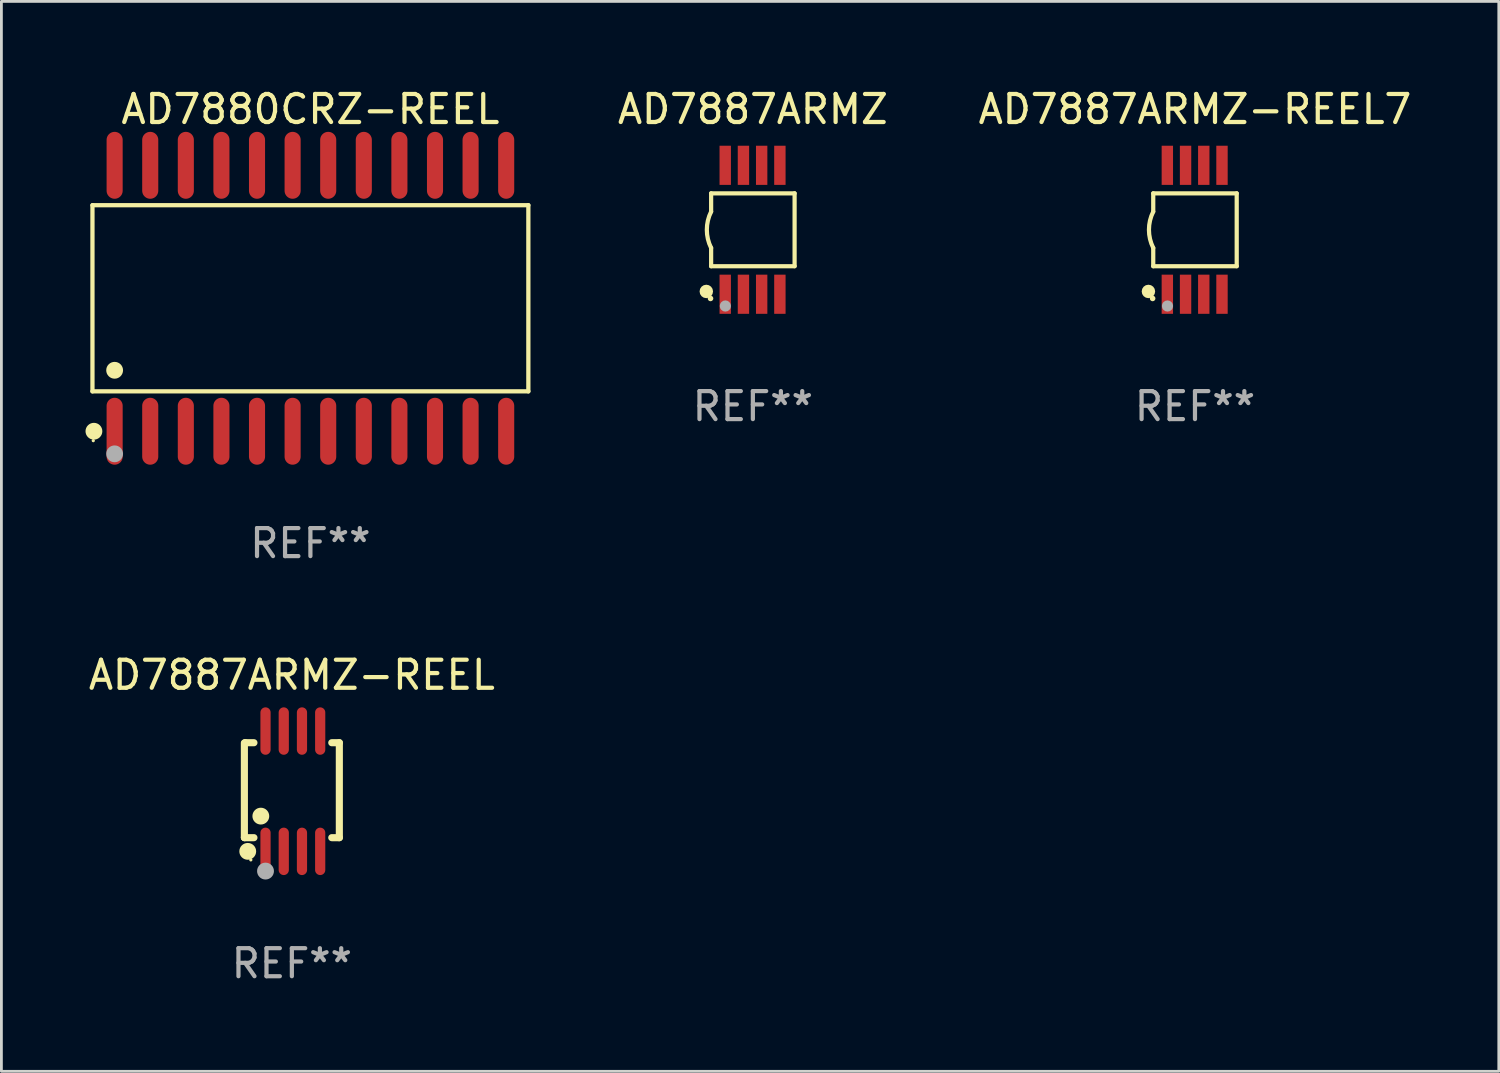
<source format=kicad_pcb>
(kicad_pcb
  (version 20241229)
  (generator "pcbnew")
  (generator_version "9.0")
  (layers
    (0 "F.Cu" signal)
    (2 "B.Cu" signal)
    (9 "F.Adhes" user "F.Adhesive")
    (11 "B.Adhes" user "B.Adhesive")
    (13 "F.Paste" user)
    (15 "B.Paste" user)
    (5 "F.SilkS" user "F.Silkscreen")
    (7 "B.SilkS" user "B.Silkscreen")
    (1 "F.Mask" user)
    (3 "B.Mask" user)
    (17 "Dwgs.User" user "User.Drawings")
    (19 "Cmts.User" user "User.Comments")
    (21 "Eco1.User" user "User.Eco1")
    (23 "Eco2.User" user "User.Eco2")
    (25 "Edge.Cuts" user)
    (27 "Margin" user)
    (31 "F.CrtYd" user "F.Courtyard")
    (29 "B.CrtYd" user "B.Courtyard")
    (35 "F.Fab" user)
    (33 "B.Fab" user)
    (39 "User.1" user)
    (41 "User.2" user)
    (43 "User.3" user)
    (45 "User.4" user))
  (footprint "AD7880CRZ-REEL"
    (layer "F.Cu")
    (at 8.025 7.592)
    (property "Reference" "AD7880CRZ-REEL" (at 0 -6.744 0) (layer "F.SilkS") (effects (font (size 1 1) (thickness 0.15))))
    (attr through_hole)
    (fp_line (start -7.776 -3.321) (end 7.776 -3.321) (stroke (width 0.152) (type solid)) (layer "F.SilkS"))
    (fp_line (start -7.776 3.321) (end -7.776 -3.321) (stroke (width 0.152) (type solid)) (layer "F.SilkS"))
    (fp_line (start 7.776 -3.321) (end 7.776 3.321) (stroke (width 0.152) (type solid)) (layer "F.SilkS"))
    (fp_line (start 7.776 3.321) (end -7.776 3.321) (stroke (width 0.152) (type solid)) (layer "F.SilkS"))
    (fp_circle (center -7.747 5.08) (end -7.717 5.08) (stroke (width 0.06) (type solid)) (fill no) (layer "F.SilkS"))
    (fp_circle (center -7.724 4.744) (end -7.574 4.744) (stroke (width 0.3) (type solid)) (fill no) (layer "F.SilkS"))
    (fp_circle (center -6.985 2.569) (end -6.835 2.569) (stroke (width 0.3) (type solid)) (fill no) (layer "F.SilkS"))
    (fp_circle (center -6.985 5.55) (end -6.835 5.55) (stroke (width 0.3) (type solid)) (fill no) (layer "F.Fab"))
    (fp_text user "REF**" (at 0 8.744 0) (layer "F.Fab") (effects (font (size 1 1) (thickness 0.15))))
    (pad "1" smd oval (at -6.985 4.744) (size 0.574 2.388) (layers "F.Cu" "F.Mask" "F.Paste"))
    (pad "2" smd oval (at -5.715 4.744) (size 0.574 2.388) (layers "F.Cu" "F.Mask" "F.Paste"))
    (pad "3" smd oval (at -4.445 4.744) (size 0.574 2.388) (layers "F.Cu" "F.Mask" "F.Paste"))
    (pad "4" smd oval (at -3.175 4.744) (size 0.574 2.388) (layers "F.Cu" "F.Mask" "F.Paste"))
    (pad "5" smd oval (at -1.905 4.744) (size 0.574 2.388) (layers "F.Cu" "F.Mask" "F.Paste"))
    (pad "6" smd oval (at -0.635 4.744) (size 0.574 2.388) (layers "F.Cu" "F.Mask" "F.Paste"))
    (pad "7" smd oval (at 0.635 4.744) (size 0.574 2.388) (layers "F.Cu" "F.Mask" "F.Paste"))
    (pad "8" smd oval (at 1.905 4.744) (size 0.574 2.388) (layers "F.Cu" "F.Mask" "F.Paste"))
    (pad "9" smd oval (at 3.175 4.744) (size 0.574 2.388) (layers "F.Cu" "F.Mask" "F.Paste"))
    (pad "10" smd oval (at 4.445 4.744) (size 0.574 2.388) (layers "F.Cu" "F.Mask" "F.Paste"))
    (pad "11" smd oval (at 5.715 4.744) (size 0.574 2.388) (layers "F.Cu" "F.Mask" "F.Paste"))
    (pad "12" smd oval (at 6.985 4.744) (size 0.574 2.388) (layers "F.Cu" "F.Mask" "F.Paste"))
    (pad "13" smd oval (at 6.985 -4.744) (size 0.574 2.388) (layers "F.Cu" "F.Mask" "F.Paste"))
    (pad "14" smd oval (at 5.715 -4.744) (size 0.574 2.388) (layers "F.Cu" "F.Mask" "F.Paste"))
    (pad "15" smd oval (at 4.445 -4.744) (size 0.574 2.388) (layers "F.Cu" "F.Mask" "F.Paste"))
    (pad "16" smd oval (at 3.175 -4.744) (size 0.574 2.388) (layers "F.Cu" "F.Mask" "F.Paste"))
    (pad "17" smd oval (at 1.905 -4.744) (size 0.574 2.388) (layers "F.Cu" "F.Mask" "F.Paste"))
    (pad "18" smd oval (at 0.635 -4.744) (size 0.574 2.388) (layers "F.Cu" "F.Mask" "F.Paste"))
    (pad "19" smd oval (at -0.635 -4.744) (size 0.574 2.388) (layers "F.Cu" "F.Mask" "F.Paste"))
    (pad "20" smd oval (at -1.905 -4.744) (size 0.574 2.388) (layers "F.Cu" "F.Mask" "F.Paste"))
    (pad "21" smd oval (at -3.175 -4.744) (size 0.574 2.388) (layers "F.Cu" "F.Mask" "F.Paste"))
    (pad "22" smd oval (at -4.445 -4.744) (size 0.574 2.388) (layers "F.Cu" "F.Mask" "F.Paste"))
    (pad "23" smd oval (at -5.715 -4.744) (size 0.574 2.388) (layers "F.Cu" "F.Mask" "F.Paste"))
    (pad "24" smd oval (at -6.985 -4.744) (size 0.574 2.388) (layers "F.Cu" "F.Mask" "F.Paste")))
  (footprint "AD7887ARMZ-REEL7"
    (layer "F.Cu")
    (at 39.585 5.148)
    (property "Reference" "AD7887ARMZ-REEL7" (at 0 -4.3 0) (layer "F.SilkS") (effects (font (size 1 1) (thickness 0.15))))
    (attr through_hole)
    (fp_line (start -1.489 -1.3) (end -1.489 -0.648) (stroke (width 0.15) (type solid)) (layer "F.SilkS"))
    (fp_line (start -1.489 0.648) (end -1.489 1.3) (stroke (width 0.15) (type solid)) (layer "F.SilkS"))
    (fp_line (start -1.489 1.3) (end 1.489 1.3) (stroke (width 0.15) (type solid)) (layer "F.SilkS"))
    (fp_line (start 1.489 -1.3) (end -1.489 -1.3) (stroke (width 0.15) (type solid)) (layer "F.SilkS"))
    (fp_line (start 1.489 1.3) (end 1.489 -1.3) (stroke (width 0.15) (type solid)) (layer "F.SilkS"))
    (fp_arc (start -1.489205 0.647702) (mid -1.642107 0) (end -1.489205 -0.647701) (stroke (width 0.150013) (type solid)) (layer "F.SilkS"))
    (fp_circle (center -1.661 2.2) (end -1.541 2.2) (stroke (width 0.24) (type solid)) (fill no) (layer "F.SilkS"))
    (fp_circle (center -1.511 2.45) (end -1.461 2.45) (stroke (width 0.1) (type solid)) (fill no) (layer "F.SilkS"))
    (fp_circle (center -0.981 2.72) (end -0.881 2.72) (stroke (width 0.2) (type solid)) (fill no) (layer "F.Fab"))
    (fp_text user "REF**" (at 0 6.3 0) (layer "F.Fab") (effects (font (size 1 1) (thickness 0.15))))
    (pad "1" smd rect (at -0.986 2.3) (size 0.406 1.397) (layers "F.Cu" "F.Mask" "F.Paste"))
    (pad "2" smd rect (at -0.336 2.3) (size 0.406 1.397) (layers "F.Cu" "F.Mask" "F.Paste"))
    (pad "3" smd rect (at 0.314 2.3) (size 0.406 1.397) (layers "F.Cu" "F.Mask" "F.Paste"))
    (pad "4" smd rect (at 0.964 2.3) (size 0.406 1.397) (layers "F.Cu" "F.Mask" "F.Paste"))
    (pad "5" smd rect (at 0.964 -2.3) (size 0.406 1.397) (layers "F.Cu" "F.Mask" "F.Paste"))
    (pad "6" smd rect (at 0.314 -2.3) (size 0.406 1.397) (layers "F.Cu" "F.Mask" "F.Paste"))
    (pad "7" smd rect (at -0.336 -2.3) (size 0.406 1.397) (layers "F.Cu" "F.Mask" "F.Paste"))
    (pad "8" smd rect (at -0.986 -2.3) (size 0.406 1.397) (layers "F.Cu" "F.Mask" "F.Paste")))
  (footprint "AD7887ARMZ"
    (layer "F.Cu")
    (at 23.811 5.148)
    (property "Reference" "AD7887ARMZ" (at 0 -4.3 0) (layer "F.SilkS") (effects (font (size 1 1) (thickness 0.15))))
    (attr through_hole)
    (fp_line (start -1.489 -1.3) (end -1.489 -0.648) (stroke (width 0.15) (type solid)) (layer "F.SilkS"))
    (fp_line (start -1.489 0.648) (end -1.489 1.3) (stroke (width 0.15) (type solid)) (layer "F.SilkS"))
    (fp_line (start -1.489 1.3) (end 1.489 1.3) (stroke (width 0.15) (type solid)) (layer "F.SilkS"))
    (fp_line (start 1.489 -1.3) (end -1.489 -1.3) (stroke (width 0.15) (type solid)) (layer "F.SilkS"))
    (fp_line (start 1.489 1.3) (end 1.489 -1.3) (stroke (width 0.15) (type solid)) (layer "F.SilkS"))
    (fp_arc (start -1.489205 0.647702) (mid -1.642107 0) (end -1.489205 -0.647701) (stroke (width 0.150013) (type solid)) (layer "F.SilkS"))
    (fp_circle (center -1.661 2.2) (end -1.541 2.2) (stroke (width 0.24) (type solid)) (fill no) (layer "F.SilkS"))
    (fp_circle (center -1.511 2.45) (end -1.461 2.45) (stroke (width 0.1) (type solid)) (fill no) (layer "F.SilkS"))
    (fp_circle (center -0.981 2.72) (end -0.881 2.72) (stroke (width 0.2) (type solid)) (fill no) (layer "F.Fab"))
    (fp_text user "REF**" (at 0 6.3 0) (layer "F.Fab") (effects (font (size 1 1) (thickness 0.15))))
    (pad "1" smd rect (at -0.986 2.3) (size 0.406 1.397) (layers "F.Cu" "F.Mask" "F.Paste"))
    (pad "2" smd rect (at -0.336 2.3) (size 0.406 1.397) (layers "F.Cu" "F.Mask" "F.Paste"))
    (pad "3" smd rect (at 0.314 2.3) (size 0.406 1.397) (layers "F.Cu" "F.Mask" "F.Paste"))
    (pad "4" smd rect (at 0.964 2.3) (size 0.406 1.397) (layers "F.Cu" "F.Mask" "F.Paste"))
    (pad "5" smd rect (at 0.964 -2.3) (size 0.406 1.397) (layers "F.Cu" "F.Mask" "F.Paste"))
    (pad "6" smd rect (at 0.314 -2.3) (size 0.406 1.397) (layers "F.Cu" "F.Mask" "F.Paste"))
    (pad "7" smd rect (at -0.336 -2.3) (size 0.406 1.397) (layers "F.Cu" "F.Mask" "F.Paste"))
    (pad "8" smd rect (at -0.986 -2.3) (size 0.406 1.397) (layers "F.Cu" "F.Mask" "F.Paste")))
  (footprint "AD7887ARMZ-REEL"
    (layer "F.Cu")
    (at 7.363 25.179)
    (property "Reference" "AD7887ARMZ-REEL" (at 0 -4.146 0) (layer "F.SilkS") (effects (font (size 1 1) (thickness 0.15))))
    (attr through_hole)
    (fp_line (start -1.694 -1.724) (end -1.694 1.652) (stroke (width 0.254) (type solid)) (layer "F.SilkS"))
    (fp_line (start -1.694 1.652) (end -1.688 1.658) (stroke (width 0.254) (type solid)) (layer "F.SilkS"))
    (fp_line (start -1.688 1.658) (end -1.353 1.658) (stroke (width 0.254) (type solid)) (layer "F.SilkS"))
    (fp_line (start -1.661 -1.73) (end -1.681 -1.71) (stroke (width 0.254) (type solid)) (layer "F.SilkS"))
    (fp_line (start -1.353 -1.73) (end -1.661 -1.73) (stroke (width 0.254) (type solid)) (layer "F.SilkS"))
    (fp_line (start 1.424 1.658) (end 1.694 1.658) (stroke (width 0.254) (type solid)) (layer "F.SilkS"))
    (fp_line (start 1.694 -1.73) (end 1.424 -1.73) (stroke (width 0.254) (type solid)) (layer "F.SilkS"))
    (fp_line (start 1.694 1.658) (end 1.694 -1.73) (stroke (width 0.254) (type solid)) (layer "F.SilkS"))
    (fp_circle (center -1.574 2.146) (end -1.424 2.146) (stroke (width 0.3) (type solid)) (fill no) (layer "F.SilkS"))
    (fp_circle (center -1.464 2.45) (end -1.434 2.45) (stroke (width 0.06) (type solid)) (fill no) (layer "F.SilkS"))
    (fp_circle (center -1.107 0.889) (end -0.957 0.889) (stroke (width 0.3) (type solid)) (fill no) (layer "F.SilkS"))
    (fp_circle (center -0.94 2.85) (end -0.789 2.85) (stroke (width 0.3) (type solid)) (fill no) (layer "F.Fab"))
    (fp_text user "REF**" (at 0 6.146 0) (layer "F.Fab") (effects (font (size 1 1) (thickness 0.15))))
    (pad "1" smd oval (at -0.94 2.146) (size 0.364 1.692) (layers "F.Cu" "F.Mask" "F.Paste"))
    (pad "2" smd oval (at -0.289 2.146) (size 0.364 1.692) (layers "F.Cu" "F.Mask" "F.Paste"))
    (pad "3" smd oval (at 0.361 2.146) (size 0.364 1.692) (layers "F.Cu" "F.Mask" "F.Paste"))
    (pad "4" smd oval (at 1.011 2.146) (size 0.364 1.692) (layers "F.Cu" "F.Mask" "F.Paste"))
    (pad "5" smd oval (at 1.011 -2.146) (size 0.364 1.692) (layers "F.Cu" "F.Mask" "F.Paste"))
    (pad "6" smd oval (at 0.361 -2.146) (size 0.364 1.692) (layers "F.Cu" "F.Mask" "F.Paste"))
    (pad "7" smd oval (at -0.289 -2.146) (size 0.364 1.692) (layers "F.Cu" "F.Mask" "F.Paste"))
    (pad "8" smd oval (at -0.94 -2.146) (size 0.364 1.692) (layers "F.Cu" "F.Mask" "F.Paste")))
  (gr_rect
    (start -3 -3)
    (end 50.425 35.173)
    (stroke (width 0.1) (type default))
    (fill no)
    (layer "Edge.Cuts")))
</source>
